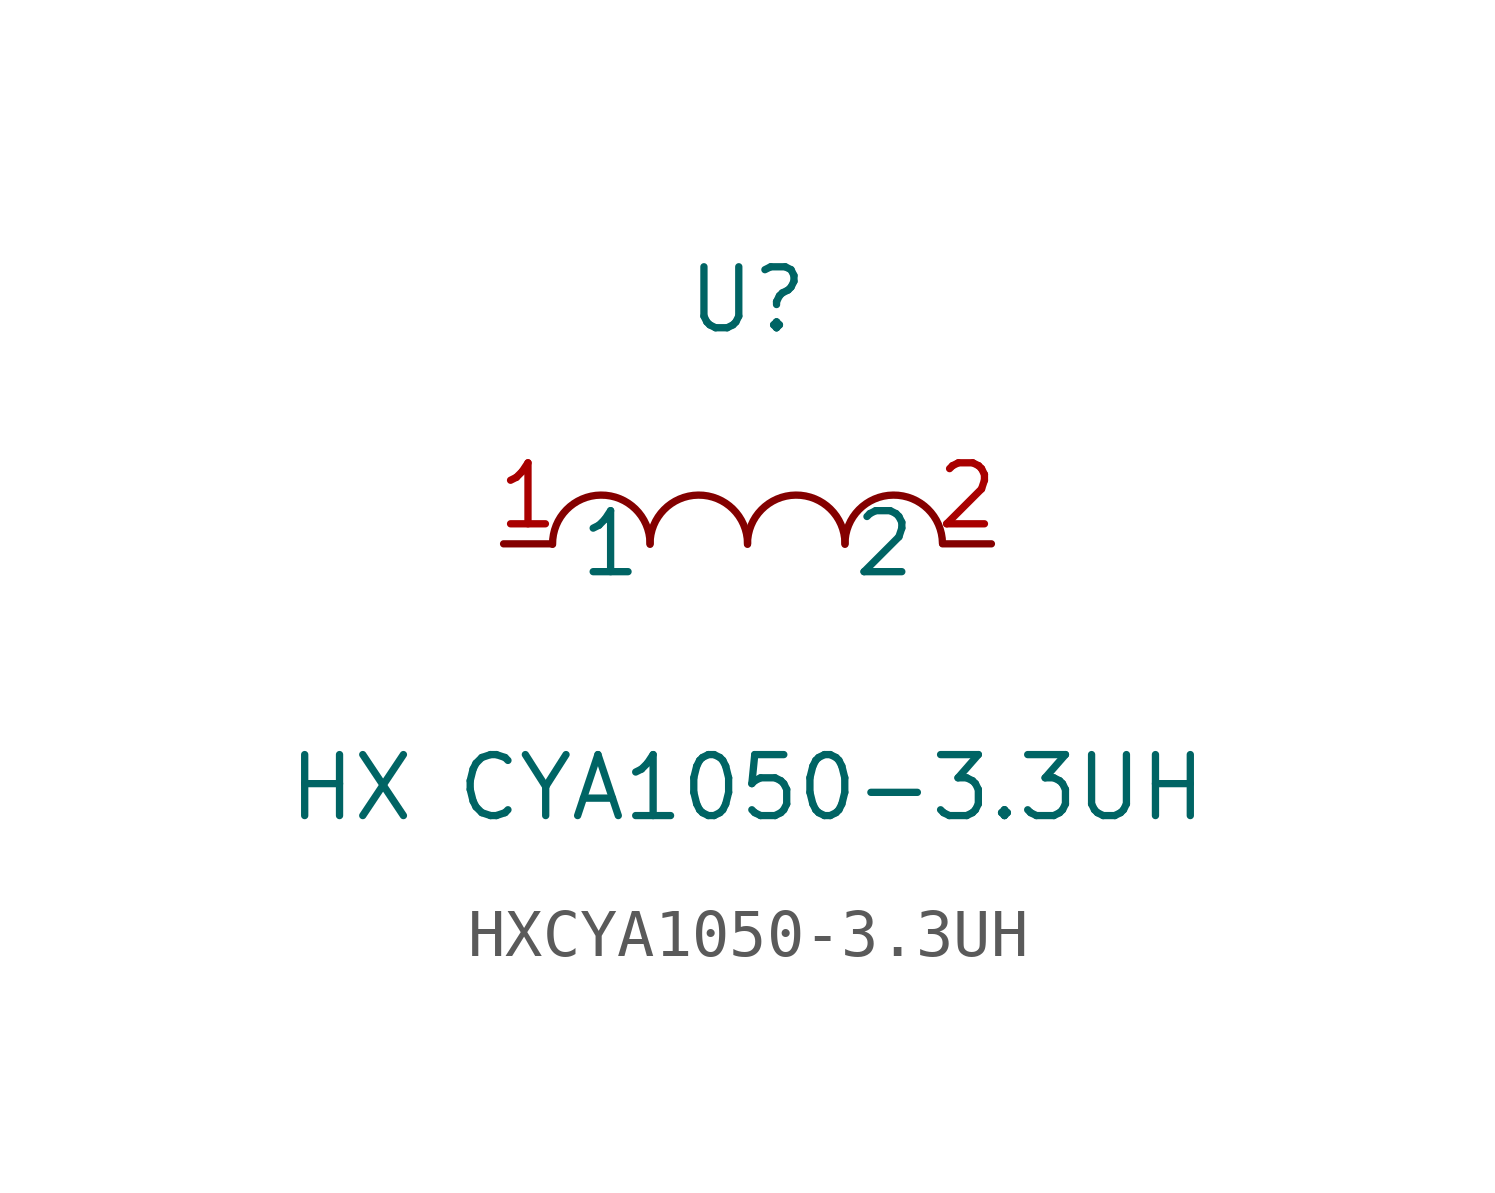
<source format=kicad_sym>
(kicad_symbol_lib
  (version 20211014)
  (generator https://github.com/uPesy/easyeda2kicad.py)
  (symbol "HXCYA1050-3.3UH"
    (property "Reference" "U"
      (at 0 5.08 0)
      (effects (font (size 1.27 1.27))))
    (property "Value" "HX CYA1050-3.3UH"
      (at 0 -5.08 0)
      (effects (font (size 1.27 1.27))))
    (symbol "HXCYA1050-3.3UH_0_1"
      (arc (start -4.06 -0.01) (mid -2.83 0.99) (end -2.03 0.01) (stroke (width 0) (type default) (color 0 0 0 0)) (fill (type none)))
      (arc (start -2.03 -0.01) (mid -0.80 0.99) (end 0.00 0.01) (stroke (width 0) (type default) (color 0 0 0 0)) (fill (type none)))
      (arc (start 2.03 -0.01) (mid 3.26 0.99) (end 4.06 0.01) (stroke (width 0) (type default) (color 0 0 0 0)) (fill (type none)))
      (arc (start 0.00 -0.01) (mid 1.23 0.99) (end 2.03 0.01) (stroke (width 0) (type default) (color 0 0 0 0)) (fill (type none)))
      (pin unspecified line (at 5.08 -0.00 180) (length 1.016) (name "2" (effects (font (size 1.27 1.27)))) (number "2" (effects (font (size 1.27 1.27)))))
      (pin unspecified line (at -5.08 -0.00 0) (length 1.016) (name "1" (effects (font (size 1.27 1.27)))) (number "1" (effects (font (size 1.27 1.27))))))))
</source>
